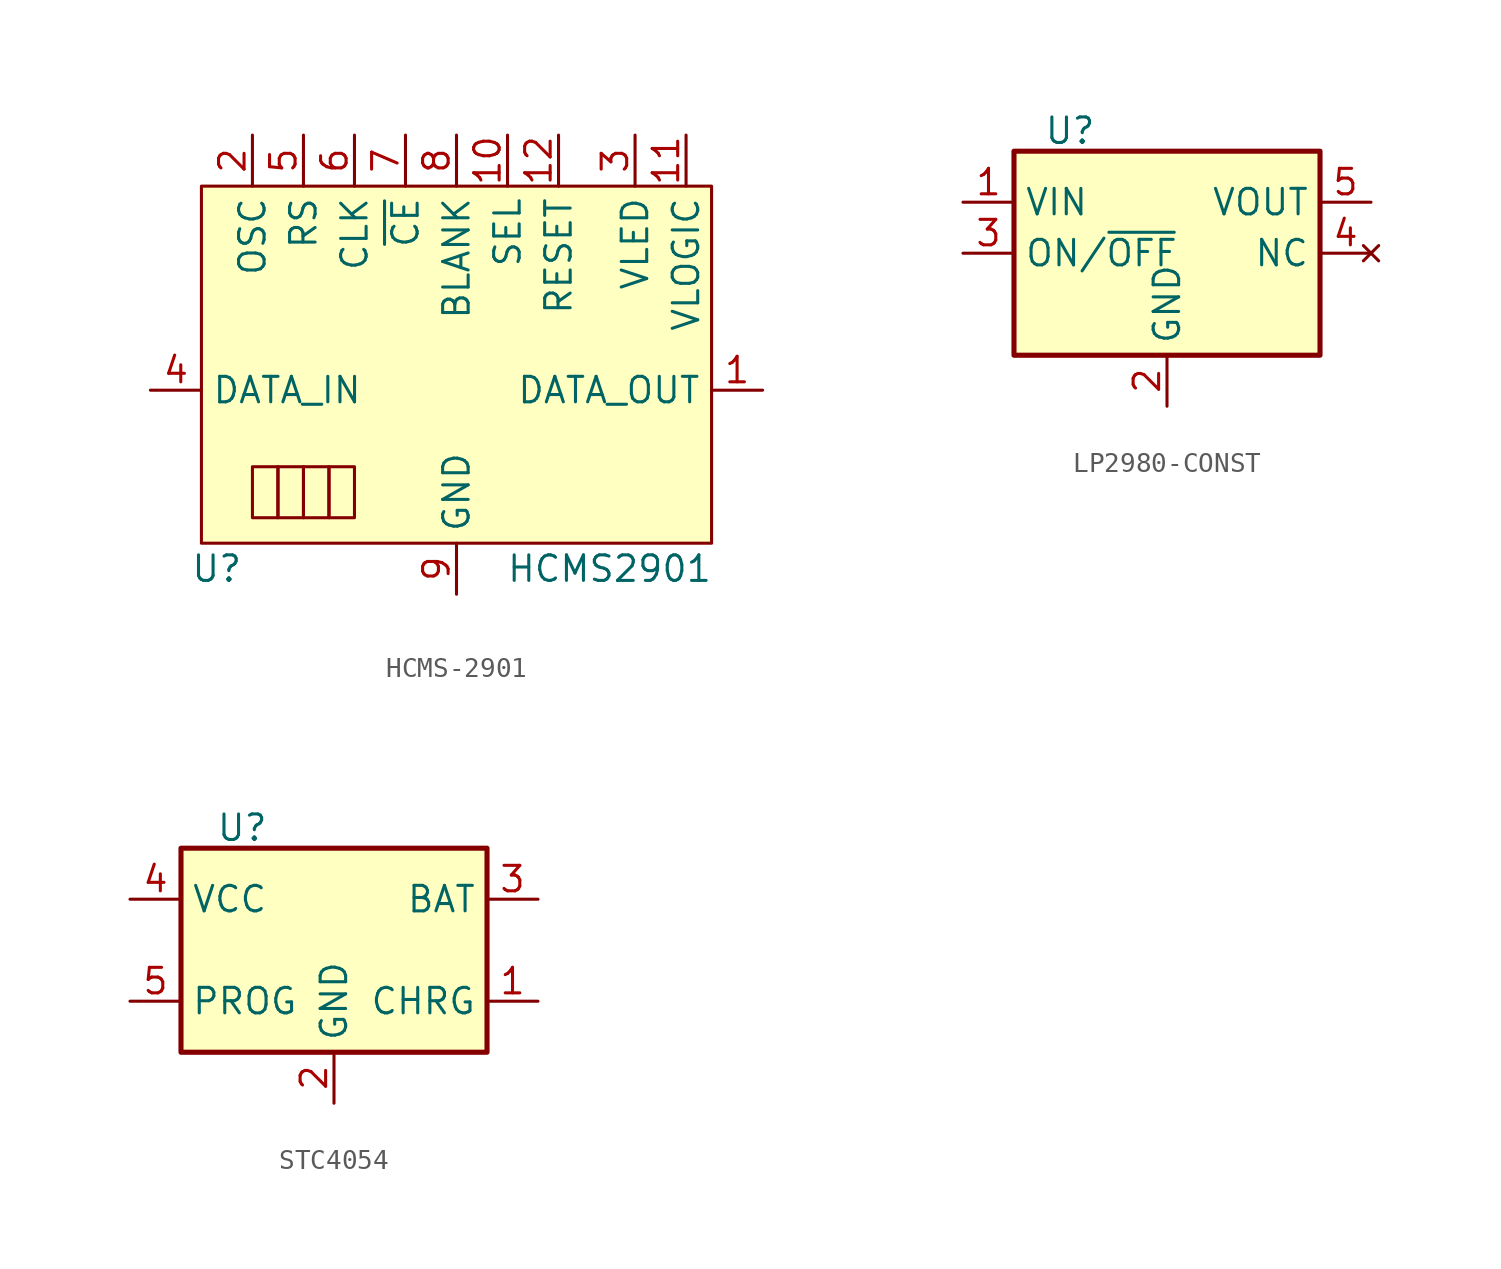
<source format=kicad_sym>
(kicad_symbol_lib
  (version 20231120)
  (generator "kicad_symbol_editor")
  (generator_version "8.0")
  (symbol "HCMS-2901"
    (property "Reference" "U"
      (at 0.762 -1.27 0)
      (effects (font (size 1.27 1.27))))
    (property "Value" "HCMS2901"
      (at 20.32 -1.27 0)
      (effects (font (size 1.27 1.27))))
    (symbol "HCMS-2901_0_1"
      (rectangle (start 2.54 3.81) (end 3.81 1.27) (stroke (width 0) (type default)) (fill (type none)))
      (rectangle (start 3.81 3.81) (end 5.08 1.27) (stroke (width 0) (type default)) (fill (type none)))
      (rectangle (start 5.08 3.81) (end 6.35 1.27) (stroke (width 0) (type default)) (fill (type none)))
      (rectangle (start 6.35 3.81) (end 7.62 1.27) (stroke (width 0) (type default)) (fill (type none))))
    (symbol "HCMS-2901_1_1"
      (rectangle (start 0 17.78) (end 25.4 0) (stroke (width 0) (type default)) (fill (type background)))
      (pin output line (at 27.94 7.62 180) (length 2.54) (name "DATA_OUT" (effects (font (size 1.27 1.27)))) (number "1" (effects (font (size 1.27 1.27)))))
      (pin input line (at 15.24 20.32 270) (length 2.54) (name "SEL" (effects (font (size 1.27 1.27)))) (number "10" (effects (font (size 1.27 1.27)))))
      (pin power_in line (at 24.13 20.32 270) (length 2.54) (name "VLOGIC" (effects (font (size 1.27 1.27)))) (number "11" (effects (font (size 1.27 1.27)))))
      (pin input line (at 17.78 20.32 270) (length 2.54) (name "RESET" (effects (font (size 1.27 1.27)))) (number "12" (effects (font (size 1.27 1.27)))))
      (pin input line (at 2.54 20.32 270) (length 2.54) (name "OSC" (effects (font (size 1.27 1.27)))) (number "2" (effects (font (size 1.27 1.27)))))
      (pin power_in line (at 21.59 20.32 270) (length 2.54) (name "VLED" (effects (font (size 1.27 1.27)))) (number "3" (effects (font (size 1.27 1.27)))))
      (pin input line (at -2.54 7.62 0) (length 2.54) (name "DATA_IN" (effects (font (size 1.27 1.27)))) (number "4" (effects (font (size 1.27 1.27)))))
      (pin input line (at 5.08 20.32 270) (length 2.54) (name "RS" (effects (font (size 1.27 1.27)))) (number "5" (effects (font (size 1.27 1.27)))))
      (pin input line (at 7.62 20.32 270) (length 2.54) (name "CLK" (effects (font (size 1.27 1.27)))) (number "6" (effects (font (size 1.27 1.27)))))
      (pin input line (at 10.16 20.32 270) (length 2.54) (name "~{CE}" (effects (font (size 1.27 1.27)))) (number "7" (effects (font (size 1.27 1.27)))))
      (pin input line (at 12.7 20.32 270) (length 2.54) (name "BLANK" (effects (font (size 1.27 1.27)))) (number "8" (effects (font (size 1.27 1.27)))))
      (pin power_in line (at 12.7 -2.54 90) (length 2.54) (name "GND" (effects (font (size 1.27 1.27)))) (number "9" (effects (font (size 1.27 1.27)))))))
  (symbol "LP2980-CONST"
    (property "Reference" "U"
      (at -4.826 6.096 0)
      (effects (font (size 1.27 1.27))))
    (property "Value" ""
      (at 0 0 0)
      (effects (font (size 1.27 1.27))))
    (symbol "LP2980-CONST_0_1"
      (rectangle (start -7.62 5.08) (end 7.62 -5.08) (stroke (width 0.254) (type default)) (fill (type background))))
    (symbol "LP2980-CONST_1_1"
      (pin power_in line (at -10.16 2.54 0) (length 2.54) (name "VIN" (effects (font (size 1.27 1.27)))) (number "1" (effects (font (size 1.27 1.27)))))
      (pin power_in line (at 0 -7.62 90) (length 2.54) (name "GND" (effects (font (size 1.27 1.27)))) (number "2" (effects (font (size 1.27 1.27)))))
      (pin input line (at -10.16 0 0) (length 2.54) (name "ON/~{OFF}" (effects (font (size 1.27 1.27)))) (number "3" (effects (font (size 1.27 1.27)))))
      (pin no_connect line (at 10.16 0 180) (length 2.54) (name "NC" (effects (font (size 1.27 1.27)))) (number "4" (effects (font (size 1.27 1.27)))))
      (pin power_out line (at 10.16 2.54 180) (length 2.54) (name "VOUT" (effects (font (size 1.27 1.27)))) (number "5" (effects (font (size 1.27 1.27)))))))
  (symbol "STC4054"
    (property "Reference" "U"
      (at -4.572 6.096 0)
      (effects (font (size 1.27 1.27))))
    (property "Value" ""
      (at 0 0 0)
      (effects (font (size 1.27 1.27))))
    (symbol "STC4054_0_1"
      (rectangle (start -7.62 5.08) (end 7.62 -5.08) (stroke (width 0.254) (type default)) (fill (type background))))
    (symbol "STC4054_1_1"
      (pin input line (at 10.16 -2.54 180) (length 2.54) (name "CHRG" (effects (font (size 1.27 1.27)))) (number "1" (effects (font (size 1.27 1.27)))))
      (pin power_in line (at 0 -7.62 90) (length 2.54) (name "GND" (effects (font (size 1.27 1.27)))) (number "2" (effects (font (size 1.27 1.27)))))
      (pin power_out line (at 10.16 2.54 180) (length 2.54) (name "BAT" (effects (font (size 1.27 1.27)))) (number "3" (effects (font (size 1.27 1.27)))))
      (pin power_in line (at -10.16 2.54 0) (length 2.54) (name "VCC" (effects (font (size 1.27 1.27)))) (number "4" (effects (font (size 1.27 1.27)))))
      (pin input line (at -10.16 -2.54 0) (length 2.54) (name "PROG" (effects (font (size 1.27 1.27)))) (number "5" (effects (font (size 1.27 1.27))))))))
</source>
